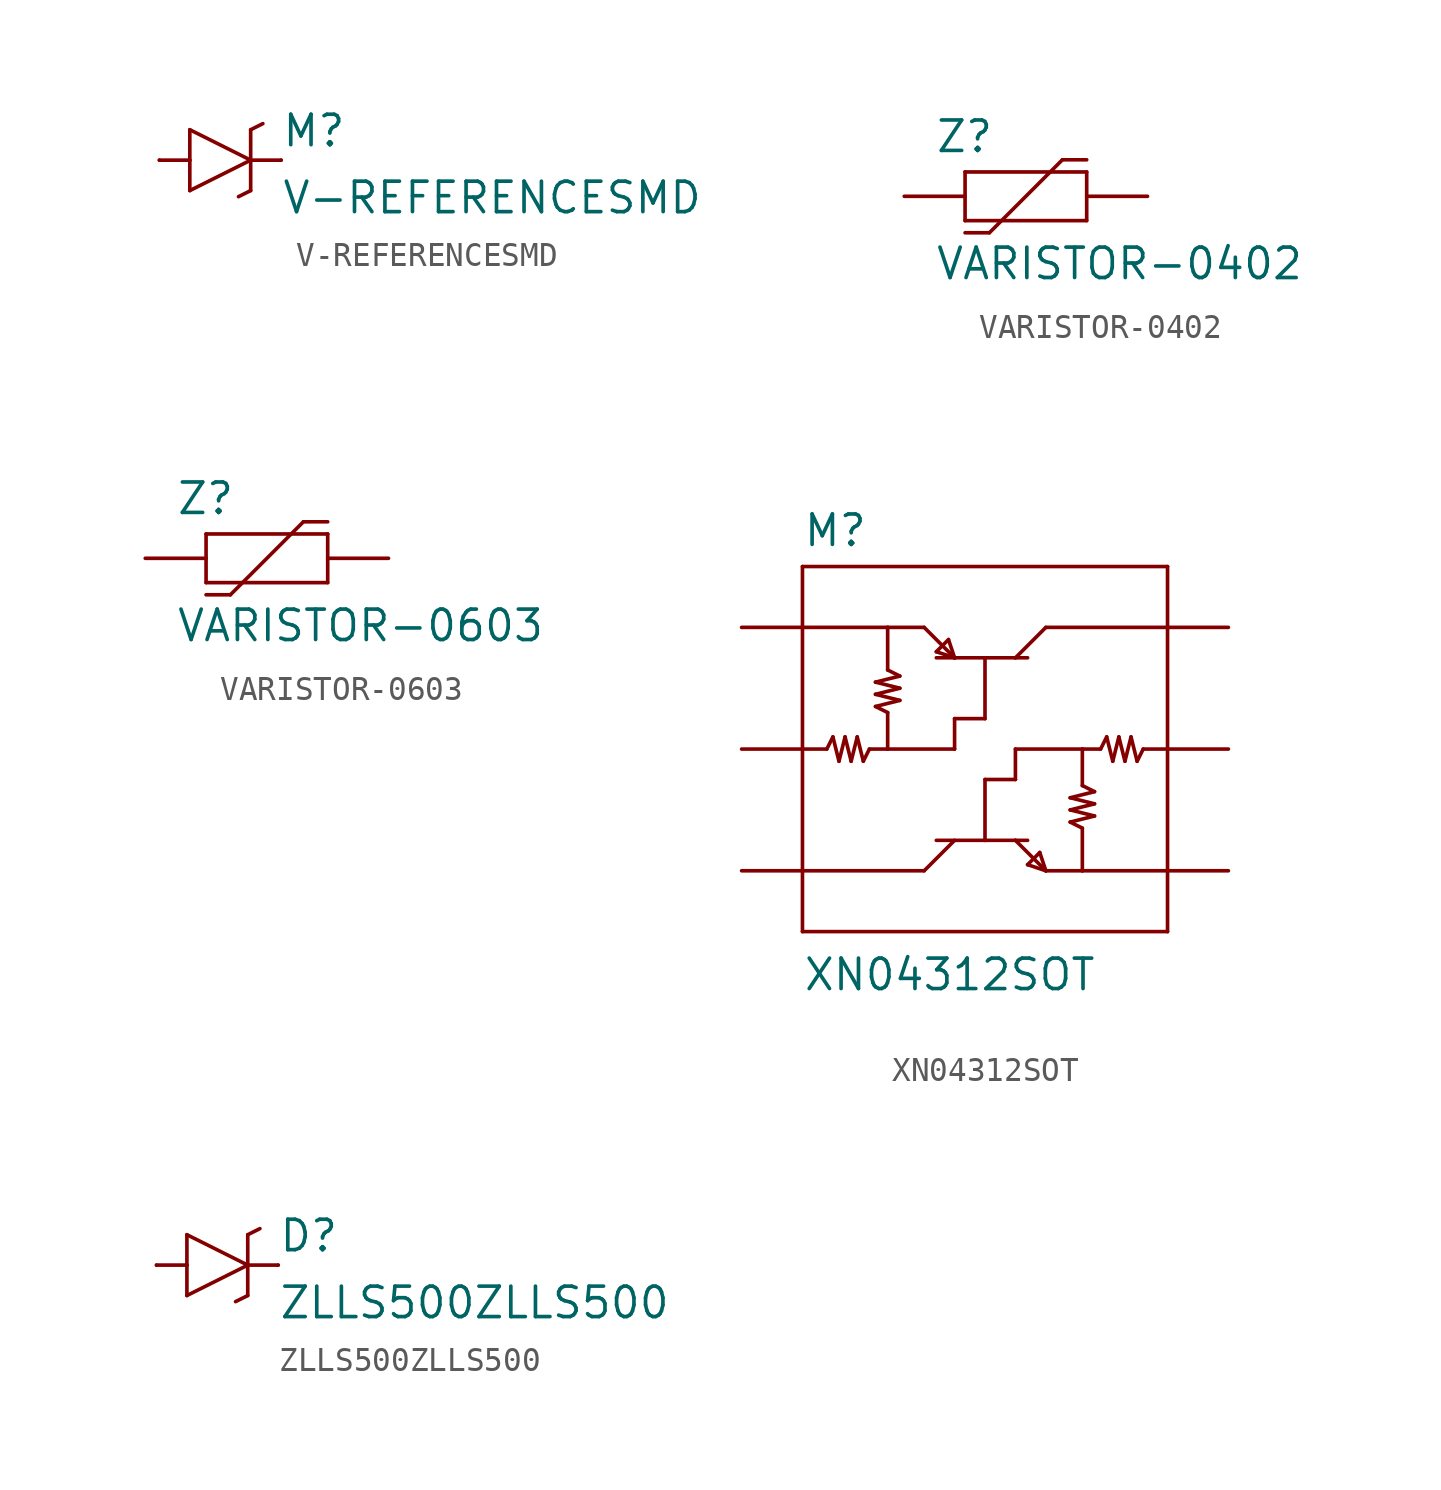
<source format=kicad_sym>
(kicad_symbol_lib
  (version 20211014)
  (generator kicad_symbol_editor)
  (symbol "V-REFERENCESMD"
    (pin_numbers hide)
    (pin_names
      (offset 1.016) hide)
    (property "Reference" "M"
      (at 2.54 0.483 0)
      (effects (font (size 1.27 1.27)) (justify left bottom)))
    (property "Value" "V-REFERENCESMD"
      (at 2.54 -2.311 0)
      (effects (font (size 1.27 1.27)) (justify left bottom)))
    (property "ki_locked" ""
      (at 0 0 0)
      (effects (font (size 1.27 1.27))))
    (symbol "V-REFERENCESMD_1_0"
      (polyline (pts (xy -2.54 0) (xy -1.27 0)) (stroke (width 0) (type default) (color 0 0 0 0)) (fill (type none)))
      (polyline (pts (xy -1.27 -1.27) (xy 1.27 0)) (stroke (width 0) (type default) (color 0 0 0 0)) (fill (type none)))
      (polyline (pts (xy -1.27 0) (xy -1.27 -1.27)) (stroke (width 0) (type default) (color 0 0 0 0)) (fill (type none)))
      (polyline (pts (xy -1.27 1.27) (xy -1.27 0)) (stroke (width 0) (type default) (color 0 0 0 0)) (fill (type none)))
      (polyline (pts (xy 1.27 -1.27) (xy 0.762 -1.524)) (stroke (width 0) (type default) (color 0 0 0 0)) (fill (type none)))
      (polyline (pts (xy 1.27 0) (xy -1.27 1.27)) (stroke (width 0) (type default) (color 0 0 0 0)) (fill (type none)))
      (polyline (pts (xy 1.27 0) (xy 1.27 -1.27)) (stroke (width 0) (type default) (color 0 0 0 0)) (fill (type none)))
      (polyline (pts (xy 1.27 1.27) (xy 1.27 0)) (stroke (width 0) (type default) (color 0 0 0 0)) (fill (type none)))
      (polyline (pts (xy 1.27 1.27) (xy 1.778 1.524)) (stroke (width 0) (type default) (color 0 0 0 0)) (fill (type none)))
      (polyline (pts (xy 2.54 0) (xy 1.27 0)) (stroke (width 0) (type default) (color 0 0 0 0)) (fill (type none))))
    (symbol "V-REFERENCESMD_1_1"
      (pin passive line (at 2.54 0 180) (length 0) (name "C" (effects (font (size 1.016 1.016)))) (number "1" (effects (font (size 1.016 1.016)))))
      (pin passive line (at -2.54 0 0) (length 0) (name "A" (effects (font (size 1.016 1.016)))) (number "2" (effects (font (size 1.016 1.016)))))))
  (symbol "VARISTOR-0402"
    (pin_numbers hide)
    (pin_names
      (offset 1.016) hide)
    (property "Reference" "Z"
      (at -3.81 1.753 0)
      (effects (font (size 1.27 1.27)) (justify left bottom)))
    (property "Value" "VARISTOR-0402"
      (at -3.81 -3.556 0)
      (effects (font (size 1.27 1.27)) (justify left bottom)))
    (property "ki_locked" ""
      (at 0 0 0)
      (effects (font (size 1.27 1.27))))
    (symbol "VARISTOR-0402_1_0"
      (polyline (pts (xy -2.54 -1.524) (xy -1.524 -1.524)) (stroke (width 0) (type default) (color 0 0 0 0)) (fill (type none)))
      (polyline (pts (xy -2.54 -1.016) (xy -2.54 1.016)) (stroke (width 0) (type default) (color 0 0 0 0)) (fill (type none)))
      (polyline (pts (xy -2.54 1.016) (xy 2.54 1.016)) (stroke (width 0) (type default) (color 0 0 0 0)) (fill (type none)))
      (polyline (pts (xy -1.524 -1.524) (xy 1.524 1.524)) (stroke (width 0) (type default) (color 0 0 0 0)) (fill (type none)))
      (polyline (pts (xy 2.54 -1.016) (xy -2.54 -1.016)) (stroke (width 0) (type default) (color 0 0 0 0)) (fill (type none)))
      (polyline (pts (xy 2.54 1.016) (xy 2.54 -1.016)) (stroke (width 0) (type default) (color 0 0 0 0)) (fill (type none)))
      (polyline (pts (xy 2.54 1.524) (xy 1.524 1.524)) (stroke (width 0) (type default) (color 0 0 0 0)) (fill (type none))))
    (symbol "VARISTOR-0402_1_1"
      (pin passive line (at -5.08 0 0) (length 2.54) (name "1" (effects (font (size 1.016 1.016)))) (number "1" (effects (font (size 1.016 1.016)))))
      (pin passive line (at 5.08 0 180) (length 2.54) (name "2" (effects (font (size 1.016 1.016)))) (number "2" (effects (font (size 1.016 1.016)))))))
  (symbol "VARISTOR-0603"
    (pin_numbers hide)
    (pin_names
      (offset 1.016) hide)
    (property "Reference" "Z"
      (at -3.81 1.753 0)
      (effects (font (size 1.27 1.27)) (justify left bottom)))
    (property "Value" "VARISTOR-0603"
      (at -3.81 -3.556 0)
      (effects (font (size 1.27 1.27)) (justify left bottom)))
    (property "ki_locked" ""
      (at 0 0 0)
      (effects (font (size 1.27 1.27))))
    (symbol "VARISTOR-0603_1_0"
      (polyline (pts (xy -2.54 -1.524) (xy -1.524 -1.524)) (stroke (width 0) (type default) (color 0 0 0 0)) (fill (type none)))
      (polyline (pts (xy -2.54 -1.016) (xy -2.54 1.016)) (stroke (width 0) (type default) (color 0 0 0 0)) (fill (type none)))
      (polyline (pts (xy -2.54 1.016) (xy 2.54 1.016)) (stroke (width 0) (type default) (color 0 0 0 0)) (fill (type none)))
      (polyline (pts (xy -1.524 -1.524) (xy 1.524 1.524)) (stroke (width 0) (type default) (color 0 0 0 0)) (fill (type none)))
      (polyline (pts (xy 2.54 -1.016) (xy -2.54 -1.016)) (stroke (width 0) (type default) (color 0 0 0 0)) (fill (type none)))
      (polyline (pts (xy 2.54 1.016) (xy 2.54 -1.016)) (stroke (width 0) (type default) (color 0 0 0 0)) (fill (type none)))
      (polyline (pts (xy 2.54 1.524) (xy 1.524 1.524)) (stroke (width 0) (type default) (color 0 0 0 0)) (fill (type none))))
    (symbol "VARISTOR-0603_1_1"
      (pin passive line (at -5.08 0 0) (length 2.54) (name "1" (effects (font (size 1.016 1.016)))) (number "1" (effects (font (size 1.016 1.016)))))
      (pin passive line (at 5.08 0 180) (length 2.54) (name "2" (effects (font (size 1.016 1.016)))) (number "2" (effects (font (size 1.016 1.016)))))))
  (symbol "XN04312SOT"
    (pin_numbers hide)
    (pin_names
      (offset 1.016) hide)
    (property "Reference" "M"
      (at -7.62 8.382 0)
      (effects (font (size 1.27 1.27)) (justify left bottom)))
    (property "Value" "XN04312SOT"
      (at -7.62 -10.16 0)
      (effects (font (size 1.27 1.27)) (justify left bottom)))
    (property "ki_locked" ""
      (at 0 0 0)
      (effects (font (size 1.27 1.27))))
    (symbol "XN04312SOT_1_0"
      (polyline (pts (xy -7.62 -7.62) (xy -7.62 -5.08)) (stroke (width 0) (type default) (color 0 0 0 0)) (fill (type none)))
      (polyline (pts (xy -7.62 -5.08) (xy -7.62 5.08)) (stroke (width 0) (type default) (color 0 0 0 0)) (fill (type none)))
      (polyline (pts (xy -7.62 -5.08) (xy -2.54 -5.08)) (stroke (width 0) (type default) (color 0 0 0 0)) (fill (type none)))
      (polyline (pts (xy -7.62 0) (xy -6.604 0)) (stroke (width 0) (type default) (color 0 0 0 0)) (fill (type none)))
      (polyline (pts (xy -7.62 5.08) (xy -7.62 7.62)) (stroke (width 0) (type default) (color 0 0 0 0)) (fill (type none)))
      (polyline (pts (xy -7.62 7.62) (xy 7.62 7.62)) (stroke (width 0) (type default) (color 0 0 0 0)) (fill (type none)))
      (polyline (pts (xy -6.604 0) (xy -6.35 0.508)) (stroke (width 0) (type default) (color 0 0 0 0)) (fill (type none)))
      (polyline (pts (xy -6.35 0.508) (xy -6.096 -0.508)) (stroke (width 0) (type default) (color 0 0 0 0)) (fill (type none)))
      (polyline (pts (xy -6.096 -0.508) (xy -5.842 0.508)) (stroke (width 0) (type default) (color 0 0 0 0)) (fill (type none)))
      (polyline (pts (xy -5.842 0.508) (xy -5.588 -0.508)) (stroke (width 0) (type default) (color 0 0 0 0)) (fill (type none)))
      (polyline (pts (xy -5.588 -0.508) (xy -5.334 0.508)) (stroke (width 0) (type default) (color 0 0 0 0)) (fill (type none)))
      (polyline (pts (xy -5.334 0.508) (xy -5.08 -0.508)) (stroke (width 0) (type default) (color 0 0 0 0)) (fill (type none)))
      (polyline (pts (xy -5.08 -0.508) (xy -4.826 0)) (stroke (width 0) (type default) (color 0 0 0 0)) (fill (type none)))
      (polyline (pts (xy -4.826 0) (xy -4.064 0)) (stroke (width 0) (type default) (color 0 0 0 0)) (fill (type none)))
      (polyline (pts (xy -4.572 1.778) (xy -4.064 1.524)) (stroke (width 0) (type default) (color 0 0 0 0)) (fill (type none)))
      (polyline (pts (xy -4.572 2.286) (xy -3.556 2.032)) (stroke (width 0) (type default) (color 0 0 0 0)) (fill (type none)))
      (polyline (pts (xy -4.572 2.794) (xy -3.556 2.54)) (stroke (width 0) (type default) (color 0 0 0 0)) (fill (type none)))
      (polyline (pts (xy -4.064 0) (xy -4.064 1.524)) (stroke (width 0) (type default) (color 0 0 0 0)) (fill (type none)))
      (polyline (pts (xy -4.064 0) (xy -1.27 0)) (stroke (width 0) (type default) (color 0 0 0 0)) (fill (type none)))
      (polyline (pts (xy -4.064 3.302) (xy -4.064 5.08)) (stroke (width 0) (type default) (color 0 0 0 0)) (fill (type none)))
      (polyline (pts (xy -4.064 3.302) (xy -3.556 3.048)) (stroke (width 0) (type default) (color 0 0 0 0)) (fill (type none)))
      (polyline (pts (xy -4.064 5.08) (xy -7.62 5.08)) (stroke (width 0) (type default) (color 0 0 0 0)) (fill (type none)))
      (polyline (pts (xy -3.556 2.032) (xy -4.572 1.778)) (stroke (width 0) (type default) (color 0 0 0 0)) (fill (type none)))
      (polyline (pts (xy -3.556 2.54) (xy -4.572 2.286)) (stroke (width 0) (type default) (color 0 0 0 0)) (fill (type none)))
      (polyline (pts (xy -3.556 3.048) (xy -4.572 2.794)) (stroke (width 0) (type default) (color 0 0 0 0)) (fill (type none)))
      (polyline (pts (xy -2.54 -5.08) (xy -1.27 -3.81)) (stroke (width 0) (type default) (color 0 0 0 0)) (fill (type none)))
      (polyline (pts (xy -2.54 5.08) (xy -4.064 5.08)) (stroke (width 0) (type default) (color 0 0 0 0)) (fill (type none)))
      (polyline (pts (xy -2.032 -3.81) (xy 0 -3.81)) (stroke (width 0) (type default) (color 0 0 0 0)) (fill (type none)))
      (polyline (pts (xy -2.032 4.064) (xy -1.27 3.81)) (stroke (width 0) (type default) (color 0 0 0 0)) (fill (type none)))
      (polyline (pts (xy -1.524 4.572) (xy -2.032 4.064)) (stroke (width 0) (type default) (color 0 0 0 0)) (fill (type none)))
      (polyline (pts (xy -1.27 0) (xy -1.27 1.27)) (stroke (width 0) (type default) (color 0 0 0 0)) (fill (type none)))
      (polyline (pts (xy -1.27 1.27) (xy 0 1.27)) (stroke (width 0) (type default) (color 0 0 0 0)) (fill (type none)))
      (polyline (pts (xy -1.27 3.81) (xy -2.54 5.08)) (stroke (width 0) (type default) (color 0 0 0 0)) (fill (type none)))
      (polyline (pts (xy -1.27 3.81) (xy -2.032 3.81)) (stroke (width 0) (type default) (color 0 0 0 0)) (fill (type none)))
      (polyline (pts (xy -1.27 3.81) (xy -1.524 4.572)) (stroke (width 0) (type default) (color 0 0 0 0)) (fill (type none)))
      (polyline (pts (xy 0 -3.81) (xy 1.27 -3.81)) (stroke (width 0) (type default) (color 0 0 0 0)) (fill (type none)))
      (polyline (pts (xy 0 -1.27) (xy 0 -3.81)) (stroke (width 0) (type default) (color 0 0 0 0)) (fill (type none)))
      (polyline (pts (xy 0 1.27) (xy 0 3.81)) (stroke (width 0) (type default) (color 0 0 0 0)) (fill (type none)))
      (polyline (pts (xy 0 3.81) (xy -1.27 3.81)) (stroke (width 0) (type default) (color 0 0 0 0)) (fill (type none)))
      (polyline (pts (xy 1.27 -3.81) (xy 1.778 -3.81)) (stroke (width 0) (type default) (color 0 0 0 0)) (fill (type none)))
      (polyline (pts (xy 1.27 -1.27) (xy 0 -1.27)) (stroke (width 0) (type default) (color 0 0 0 0)) (fill (type none)))
      (polyline (pts (xy 1.27 0) (xy 1.27 -1.27)) (stroke (width 0) (type default) (color 0 0 0 0)) (fill (type none)))
      (polyline (pts (xy 1.27 3.81) (xy 0 3.81)) (stroke (width 0) (type default) (color 0 0 0 0)) (fill (type none)))
      (polyline (pts (xy 1.778 -4.826) (xy 2.54 -5.08)) (stroke (width 0) (type default) (color 0 0 0 0)) (fill (type none)))
      (polyline (pts (xy 1.778 3.81) (xy 1.27 3.81)) (stroke (width 0) (type default) (color 0 0 0 0)) (fill (type none)))
      (polyline (pts (xy 2.286 -4.318) (xy 1.778 -4.826)) (stroke (width 0) (type default) (color 0 0 0 0)) (fill (type none)))
      (polyline (pts (xy 2.54 -5.08) (xy 1.27 -3.81)) (stroke (width 0) (type default) (color 0 0 0 0)) (fill (type none)))
      (polyline (pts (xy 2.54 -5.08) (xy 2.286 -4.318)) (stroke (width 0) (type default) (color 0 0 0 0)) (fill (type none)))
      (polyline (pts (xy 2.54 -5.08) (xy 4.064 -5.08)) (stroke (width 0) (type default) (color 0 0 0 0)) (fill (type none)))
      (polyline (pts (xy 2.54 5.08) (xy 1.27 3.81)) (stroke (width 0) (type default) (color 0 0 0 0)) (fill (type none)))
      (polyline (pts (xy 3.556 -3.048) (xy 4.064 -3.302)) (stroke (width 0) (type default) (color 0 0 0 0)) (fill (type none)))
      (polyline (pts (xy 3.556 -2.54) (xy 4.572 -2.794)) (stroke (width 0) (type default) (color 0 0 0 0)) (fill (type none)))
      (polyline (pts (xy 3.556 -2.032) (xy 4.572 -2.286)) (stroke (width 0) (type default) (color 0 0 0 0)) (fill (type none)))
      (polyline (pts (xy 4.064 -5.08) (xy 7.62 -5.08)) (stroke (width 0) (type default) (color 0 0 0 0)) (fill (type none)))
      (polyline (pts (xy 4.064 -3.302) (xy 4.064 -5.08)) (stroke (width 0) (type default) (color 0 0 0 0)) (fill (type none)))
      (polyline (pts (xy 4.064 -1.524) (xy 4.572 -1.778)) (stroke (width 0) (type default) (color 0 0 0 0)) (fill (type none)))
      (polyline (pts (xy 4.064 0) (xy 1.27 0)) (stroke (width 0) (type default) (color 0 0 0 0)) (fill (type none)))
      (polyline (pts (xy 4.064 0) (xy 4.064 -1.524)) (stroke (width 0) (type default) (color 0 0 0 0)) (fill (type none)))
      (polyline (pts (xy 4.572 -2.794) (xy 3.556 -3.048)) (stroke (width 0) (type default) (color 0 0 0 0)) (fill (type none)))
      (polyline (pts (xy 4.572 -2.286) (xy 3.556 -2.54)) (stroke (width 0) (type default) (color 0 0 0 0)) (fill (type none)))
      (polyline (pts (xy 4.572 -1.778) (xy 3.556 -2.032)) (stroke (width 0) (type default) (color 0 0 0 0)) (fill (type none)))
      (polyline (pts (xy 4.826 0) (xy 4.064 0)) (stroke (width 0) (type default) (color 0 0 0 0)) (fill (type none)))
      (polyline (pts (xy 5.08 0.508) (xy 4.826 0)) (stroke (width 0) (type default) (color 0 0 0 0)) (fill (type none)))
      (polyline (pts (xy 5.334 -0.508) (xy 5.08 0.508)) (stroke (width 0) (type default) (color 0 0 0 0)) (fill (type none)))
      (polyline (pts (xy 5.588 0.508) (xy 5.334 -0.508)) (stroke (width 0) (type default) (color 0 0 0 0)) (fill (type none)))
      (polyline (pts (xy 5.842 -0.508) (xy 5.588 0.508)) (stroke (width 0) (type default) (color 0 0 0 0)) (fill (type none)))
      (polyline (pts (xy 6.096 0.508) (xy 5.842 -0.508)) (stroke (width 0) (type default) (color 0 0 0 0)) (fill (type none)))
      (polyline (pts (xy 6.35 -0.508) (xy 6.096 0.508)) (stroke (width 0) (type default) (color 0 0 0 0)) (fill (type none)))
      (polyline (pts (xy 6.604 0) (xy 6.35 -0.508)) (stroke (width 0) (type default) (color 0 0 0 0)) (fill (type none)))
      (polyline (pts (xy 7.62 -7.62) (xy -7.62 -7.62)) (stroke (width 0) (type default) (color 0 0 0 0)) (fill (type none)))
      (polyline (pts (xy 7.62 -5.08) (xy 7.62 -7.62)) (stroke (width 0) (type default) (color 0 0 0 0)) (fill (type none)))
      (polyline (pts (xy 7.62 0) (xy 6.604 0)) (stroke (width 0) (type default) (color 0 0 0 0)) (fill (type none)))
      (polyline (pts (xy 7.62 0) (xy 7.62 -5.08)) (stroke (width 0) (type default) (color 0 0 0 0)) (fill (type none)))
      (polyline (pts (xy 7.62 5.08) (xy 2.54 5.08)) (stroke (width 0) (type default) (color 0 0 0 0)) (fill (type none)))
      (polyline (pts (xy 7.62 5.08) (xy 7.62 0)) (stroke (width 0) (type default) (color 0 0 0 0)) (fill (type none)))
      (polyline (pts (xy 7.62 7.62) (xy 7.62 5.08)) (stroke (width 0) (type default) (color 0 0 0 0)) (fill (type none))))
    (symbol "XN04312SOT_1_1"
      (pin bidirectional line (at -10.16 -5.08 0) (length 2.54) (name "C1" (effects (font (size 1.016 1.016)))) (number "1" (effects (font (size 1.016 1.016)))))
      (pin bidirectional line (at -10.16 0 0) (length 2.54) (name "B2" (effects (font (size 1.016 1.016)))) (number "2" (effects (font (size 1.016 1.016)))))
      (pin bidirectional line (at -10.16 5.08 0) (length 2.54) (name "E2" (effects (font (size 1.016 1.016)))) (number "3" (effects (font (size 1.016 1.016)))))
      (pin bidirectional line (at 10.16 5.08 180) (length 2.54) (name "C2" (effects (font (size 1.016 1.016)))) (number "4" (effects (font (size 1.016 1.016)))))
      (pin bidirectional line (at 10.16 0 180) (length 2.54) (name "B1" (effects (font (size 1.016 1.016)))) (number "5" (effects (font (size 1.016 1.016)))))
      (pin bidirectional line (at 10.16 -5.08 180) (length 2.54) (name "E1" (effects (font (size 1.016 1.016)))) (number "6" (effects (font (size 1.016 1.016)))))))
  (symbol "ZLLS500ZLLS500"
    (pin_numbers hide)
    (pin_names
      (offset 1.016) hide)
    (property "Reference" "D"
      (at 2.54 0.483 0)
      (effects (font (size 1.27 1.27)) (justify left bottom)))
    (property "Value" "ZLLS500ZLLS500"
      (at 2.54 -2.311 0)
      (effects (font (size 1.27 1.27)) (justify left bottom)))
    (property "ki_locked" ""
      (at 0 0 0)
      (effects (font (size 1.27 1.27))))
    (symbol "ZLLS500ZLLS500_1_0"
      (polyline (pts (xy -2.54 0) (xy -1.27 0)) (stroke (width 0) (type default) (color 0 0 0 0)) (fill (type none)))
      (polyline (pts (xy -1.27 -1.27) (xy 1.27 0)) (stroke (width 0) (type default) (color 0 0 0 0)) (fill (type none)))
      (polyline (pts (xy -1.27 0) (xy -1.27 -1.27)) (stroke (width 0) (type default) (color 0 0 0 0)) (fill (type none)))
      (polyline (pts (xy -1.27 1.27) (xy -1.27 0)) (stroke (width 0) (type default) (color 0 0 0 0)) (fill (type none)))
      (polyline (pts (xy 1.27 -1.27) (xy 0.762 -1.524)) (stroke (width 0) (type default) (color 0 0 0 0)) (fill (type none)))
      (polyline (pts (xy 1.27 0) (xy -1.27 1.27)) (stroke (width 0) (type default) (color 0 0 0 0)) (fill (type none)))
      (polyline (pts (xy 1.27 0) (xy 1.27 -1.27)) (stroke (width 0) (type default) (color 0 0 0 0)) (fill (type none)))
      (polyline (pts (xy 1.27 1.27) (xy 1.27 0)) (stroke (width 0) (type default) (color 0 0 0 0)) (fill (type none)))
      (polyline (pts (xy 1.27 1.27) (xy 1.778 1.524)) (stroke (width 0) (type default) (color 0 0 0 0)) (fill (type none)))
      (polyline (pts (xy 2.54 0) (xy 1.27 0)) (stroke (width 0) (type default) (color 0 0 0 0)) (fill (type none))))
    (symbol "ZLLS500ZLLS500_1_1"
      (pin passive line (at -2.54 0 0) (length 0) (name "A" (effects (font (size 1.016 1.016)))) (number "1" (effects (font (size 1.016 1.016)))))
      (pin passive line (at 2.54 0 180) (length 0) (name "C" (effects (font (size 1.016 1.016)))) (number "3" (effects (font (size 1.016 1.016))))))))
</source>
